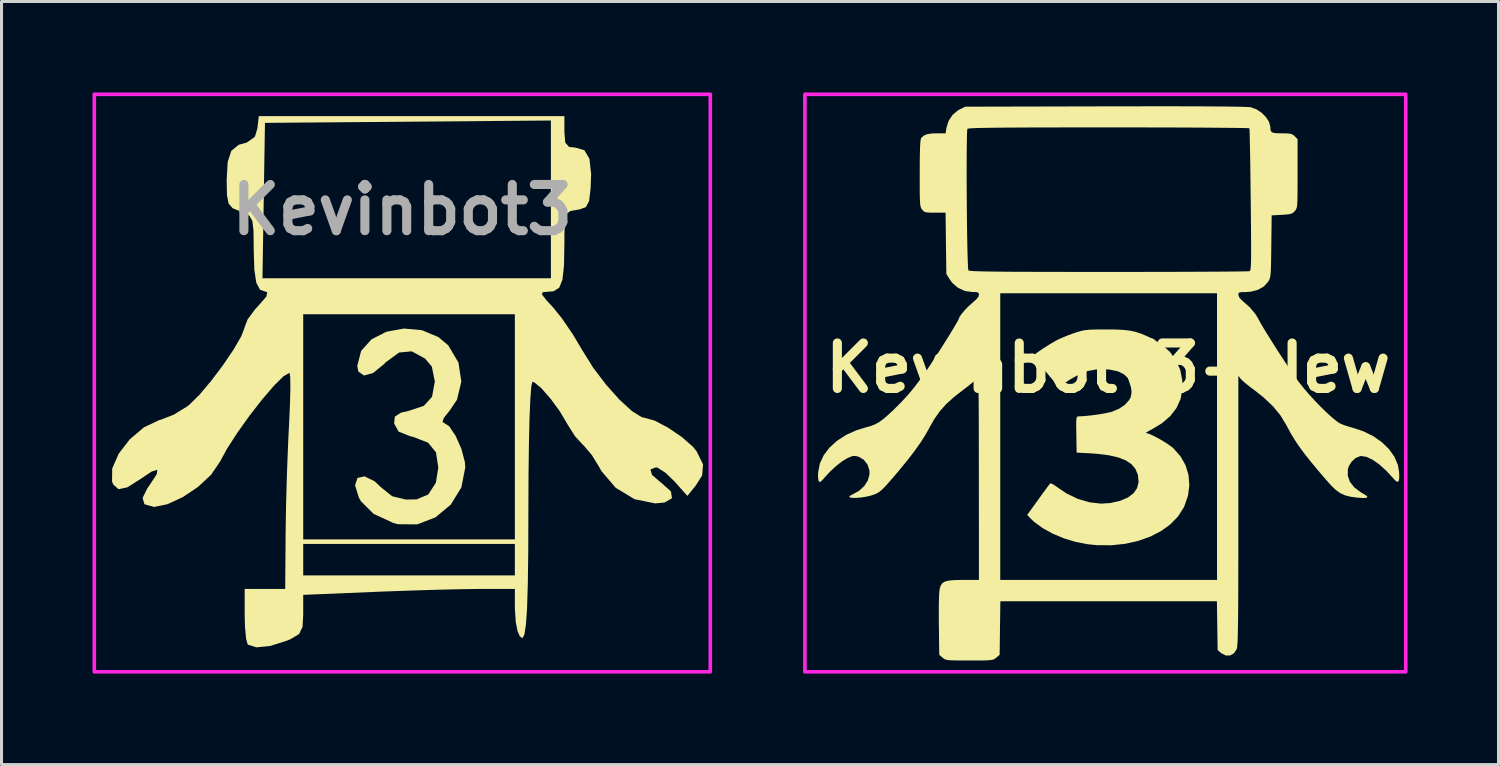
<source format=kicad_pcb>
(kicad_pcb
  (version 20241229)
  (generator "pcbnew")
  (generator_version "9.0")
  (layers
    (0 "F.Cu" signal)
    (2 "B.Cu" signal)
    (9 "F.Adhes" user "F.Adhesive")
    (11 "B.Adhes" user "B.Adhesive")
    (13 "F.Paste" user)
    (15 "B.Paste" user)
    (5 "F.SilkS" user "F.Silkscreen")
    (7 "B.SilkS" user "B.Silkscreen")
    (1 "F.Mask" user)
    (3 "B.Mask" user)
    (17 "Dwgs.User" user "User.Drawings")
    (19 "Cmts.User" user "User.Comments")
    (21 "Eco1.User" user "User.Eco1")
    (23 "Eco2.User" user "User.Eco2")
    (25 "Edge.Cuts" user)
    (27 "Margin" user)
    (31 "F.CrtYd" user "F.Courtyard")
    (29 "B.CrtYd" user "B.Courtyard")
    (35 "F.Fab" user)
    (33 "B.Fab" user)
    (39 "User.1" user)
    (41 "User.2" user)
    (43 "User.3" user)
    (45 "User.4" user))
  (footprint "KevinbotV3-New"
    (layer "F.Cu")
    (at 33.5 9.085)
    (property "Reference" "KevinbotV3-New" (at 0 0 0) (layer "F.SilkS") (effects (font (size 1.5 1.5) (thickness 0.3))))
    (attr board_only exclude_from_pos_files exclude_from_bom)
    (fp_poly (pts (xy 0.239 -1.266) (xy 0.496 -1.254) (xy 0.712 -1.23) (xy 0.903 -1.189) (xy 1.089 -1.129) (xy 1.287 -1.046) (xy 1.438 -0.974) (xy 1.77 -0.773) (xy 2.04 -0.529) (xy 2.245 -0.246) (xy 2.383 0.071) (xy 2.45 0.418) (xy 2.452 0.711) (xy 2.391 1.03) (xy 2.258 1.323) (xy 2.054 1.589) (xy 1.78 1.825) (xy 1.478 2.008) (xy 1.357 2.073) (xy 1.277 2.122) (xy 1.249 2.147) (xy 1.253 2.149) (xy 1.338 2.17) (xy 1.469 2.226) (xy 1.627 2.307) (xy 1.797 2.403) (xy 1.958 2.505) (xy 2.094 2.601) (xy 2.158 2.654) (xy 2.391 2.918) (xy 2.558 3.214) (xy 2.655 3.536) (xy 2.682 3.873) (xy 2.637 4.217) (xy 2.519 4.558) (xy 2.497 4.605) (xy 2.311 4.897) (xy 2.06 5.157) (xy 1.753 5.38) (xy 1.397 5.564) (xy 1 5.706) (xy 0.57 5.803) (xy 0.114 5.851) (xy -0.359 5.848) (xy -0.651 5.82) (xy -1.056 5.744) (xy -1.453 5.624) (xy -1.827 5.468) (xy -2.162 5.282) (xy -2.444 5.074) (xy -2.574 4.95) (xy -2.667 4.85) (xy -2.305 4.349) (xy -2.18 4.176) (xy -2.069 4.024) (xy -1.982 3.906) (xy -1.926 3.832) (xy -1.912 3.814) (xy -1.866 3.816) (xy -1.783 3.86) (xy -1.732 3.897) (xy -1.37 4.142) (xy -0.992 4.323) (xy -0.608 4.435) (xy -0.227 4.478) (xy 0.083 4.457) (xy 0.401 4.384) (xy 0.654 4.277) (xy 0.841 4.136) (xy 0.959 3.964) (xy 1.008 3.763) (xy 0.985 3.534) (xy 0.981 3.518) (xy 0.902 3.331) (xy 0.771 3.176) (xy 0.584 3.051) (xy 0.336 2.953) (xy 0.024 2.882) (xy -0.358 2.835) (xy -0.567 2.82) (xy -1.036 2.794) (xy -1.046 2.198) (xy -1.05 1.97) (xy -1.05 1.809) (xy -1.045 1.702) (xy -1.035 1.64) (xy -1.019 1.61) (xy -0.994 1.601) (xy -0.988 1.601) (xy -0.787 1.59) (xy -0.553 1.567) (xy -0.313 1.535) (xy -0.091 1.497) (xy 0.086 1.458) (xy 0.129 1.446) (xy 0.364 1.347) (xy 0.559 1.215) (xy 0.698 1.059) (xy 0.743 0.976) (xy 0.774 0.831) (xy 0.77 0.657) (xy 0.736 0.488) (xy 0.676 0.359) (xy 0.527 0.213) (xy 0.325 0.114) (xy 0.064 0.058) (xy -0.084 0.046) (xy -0.394 0.052) (xy -0.679 0.106) (xy -0.958 0.215) (xy -1.253 0.384) (xy -1.298 0.414) (xy -1.622 0.631) (xy -1.752 0.482) (xy -1.852 0.365) (xy -1.969 0.225) (xy -2.093 0.074) (xy -2.213 -0.074) (xy -2.32 -0.208) (xy -2.403 -0.316) (xy -2.452 -0.383) (xy -2.462 -0.4) (xy -2.431 -0.434) (xy -2.347 -0.498) (xy -2.227 -0.582) (xy -2.084 -0.677) (xy -1.933 -0.772) (xy -1.79 -0.857) (xy -1.67 -0.924) (xy -1.661 -0.928) (xy -1.508 -0.998) (xy -1.317 -1.075) (xy -1.126 -1.146) (xy -1.094 -1.156) (xy -0.968 -1.196) (xy -0.859 -1.226) (xy -0.751 -1.245) (xy -0.626 -1.258) (xy -0.467 -1.265) (xy -0.259 -1.267) (xy -0.078 -1.268)) (stroke (width 0) (type solid)) (fill yes) (layer "F.SilkS"))
    (fp_poly (pts (xy 2.126 -8.629) (xy 2.714 -8.628) (xy 3.225 -8.626) (xy 3.66 -8.623) (xy 4.02 -8.619) (xy 4.305 -8.615) (xy 4.516 -8.609) (xy 4.652 -8.603) (xy 4.711 -8.596) (xy 4.895 -8.529) (xy 5.067 -8.415) (xy 5.211 -8.27) (xy 5.311 -8.111) (xy 5.353 -7.952) (xy 5.354 -7.937) (xy 5.36 -7.845) (xy 5.388 -7.786) (xy 5.452 -7.754) (xy 5.566 -7.74) (xy 5.731 -7.737) (xy 5.896 -7.735) (xy 6.005 -7.725) (xy 6.076 -7.704) (xy 6.132 -7.665) (xy 6.156 -7.641) (xy 6.252 -7.545) (xy 6.252 -6.413) (xy 6.252 -6.086) (xy 6.251 -5.828) (xy 6.249 -5.63) (xy 6.245 -5.482) (xy 6.238 -5.376) (xy 6.228 -5.303) (xy 6.213 -5.252) (xy 6.194 -5.216) (xy 6.17 -5.184) (xy 6.161 -5.173) (xy 6.109 -5.121) (xy 6.05 -5.087) (xy 5.965 -5.067) (xy 5.833 -5.055) (xy 5.733 -5.049) (xy 5.397 -5.031) (xy 5.385 -4.01) (xy 5.381 -3.701) (xy 5.377 -3.46) (xy 5.372 -3.277) (xy 5.365 -3.141) (xy 5.355 -3.042) (xy 5.341 -2.971) (xy 5.323 -2.917) (xy 5.299 -2.87) (xy 5.279 -2.838) (xy 5.14 -2.685) (xy 4.944 -2.575) (xy 4.707 -2.513) (xy 4.543 -2.501) (xy 4.409 -2.499) (xy 4.336 -2.488) (xy 4.305 -2.462) (xy 4.298 -2.414) (xy 4.298 -2.408) (xy 4.336 -2.309) (xy 4.435 -2.21) (xy 4.678 -1.996) (xy 4.868 -1.766) (xy 4.948 -1.632) (xy 5.027 -1.487) (xy 5.142 -1.291) (xy 5.285 -1.058) (xy 5.447 -0.799) (xy 5.62 -0.528) (xy 5.796 -0.259) (xy 5.966 -0.003) (xy 6.121 0.225) (xy 6.254 0.412) (xy 6.299 0.474) (xy 6.454 0.668) (xy 6.634 0.878) (xy 6.83 1.091) (xy 7.03 1.298) (xy 7.224 1.486) (xy 7.4 1.646) (xy 7.548 1.766) (xy 7.648 1.831) (xy 7.767 1.881) (xy 7.924 1.934) (xy 8.05 1.969) (xy 8.417 2.089) (xy 8.747 2.252) (xy 9.034 2.452) (xy 9.27 2.683) (xy 9.449 2.937) (xy 9.562 3.208) (xy 9.601 3.435) (xy 9.606 3.616) (xy 9.591 3.724) (xy 9.554 3.761) (xy 9.492 3.731) (xy 9.414 3.65) (xy 9.175 3.39) (xy 8.943 3.181) (xy 8.725 3.029) (xy 8.527 2.936) (xy 8.356 2.908) (xy 8.308 2.913) (xy 8.164 2.975) (xy 8.035 3.093) (xy 7.941 3.244) (xy 7.91 3.344) (xy 7.907 3.558) (xy 7.979 3.759) (xy 8.123 3.942) (xy 8.336 4.103) (xy 8.396 4.137) (xy 8.513 4.208) (xy 8.558 4.257) (xy 8.531 4.285) (xy 8.429 4.293) (xy 8.253 4.282) (xy 8.235 4.281) (xy 8.005 4.251) (xy 7.82 4.205) (xy 7.662 4.133) (xy 7.512 4.026) (xy 7.353 3.872) (xy 7.199 3.7) (xy 6.912 3.365) (xy 6.673 3.075) (xy 6.472 2.821) (xy 6.303 2.591) (xy 6.158 2.375) (xy 6.03 2.162) (xy 5.91 1.943) (xy 5.878 1.883) (xy 5.686 1.566) (xy 5.439 1.265) (xy 5.13 0.973) (xy 4.817 0.727) (xy 4.664 0.612) (xy 4.527 0.502) (xy 4.424 0.412) (xy 4.378 0.363) (xy 4.298 0.263) (xy 4.298 4.705) (xy 4.298 5.403) (xy 4.298 6.028) (xy 4.297 6.583) (xy 4.296 7.072) (xy 4.295 7.499) (xy 4.293 7.868) (xy 4.29 8.184) (xy 4.287 8.45) (xy 4.283 8.671) (xy 4.279 8.851) (xy 4.274 8.993) (xy 4.268 9.103) (xy 4.261 9.183) (xy 4.254 9.239) (xy 4.245 9.273) (xy 4.243 9.279) (xy 4.152 9.415) (xy 4.028 9.486) (xy 3.886 9.488) (xy 3.743 9.416) (xy 3.724 9.401) (xy 3.615 9.307) (xy 3.603 8.503) (xy 3.591 7.698) (xy 0.019 7.698) (xy -3.552 7.698) (xy -3.564 8.581) (xy -3.576 9.464) (xy -3.685 9.558) (xy -3.725 9.59) (xy -3.766 9.614) (xy -3.821 9.63) (xy -3.901 9.641) (xy -4.017 9.648) (xy -4.182 9.651) (xy -4.406 9.652) (xy -4.572 9.652) (xy -4.837 9.652) (xy -5.036 9.65) (xy -5.179 9.646) (xy -5.279 9.638) (xy -5.347 9.624) (xy -5.395 9.605) (xy -5.435 9.578) (xy -5.459 9.558) (xy -5.568 9.464) (xy -5.581 8.447) (xy -5.583 8.08) (xy -5.581 7.774) (xy -5.575 7.534) (xy -5.564 7.364) (xy -5.55 7.272) (xy -5.514 7.172) (xy -5.461 7.098) (xy -5.379 7.048) (xy -5.256 7.017) (xy -5.082 7.001) (xy -4.844 6.995) (xy -4.769 6.995) (xy -4.259 6.995) (xy -4.261 3.624) (xy -4.262 3.033) (xy -4.262 2.516) (xy -4.263 2.266) (xy -3.556 2.266) (xy -3.556 6.995) (xy 0.02 6.995) (xy 3.595 6.995) (xy 3.595 2.266) (xy 3.595 -2.462) (xy 0.02 -2.462) (xy -3.556 -2.462) (xy -3.556 2.266) (xy -4.263 2.266) (xy -4.263 2.067) (xy -4.264 1.683) (xy -4.266 1.357) (xy -4.268 1.087) (xy -4.271 0.867) (xy -4.275 0.692) (xy -4.279 0.558) (xy -4.284 0.46) (xy -4.291 0.393) (xy -4.298 0.353) (xy -4.307 0.335) (xy -4.317 0.335) (xy -4.328 0.347) (xy -4.329 0.348) (xy -4.386 0.409) (xy -4.491 0.501) (xy -4.629 0.612) (xy -4.767 0.716) (xy -5.081 0.961) (xy -5.337 1.193) (xy -5.548 1.429) (xy -5.728 1.684) (xy -5.874 1.941) (xy -6.017 2.197) (xy -6.181 2.457) (xy -6.376 2.733) (xy -6.607 3.035) (xy -6.884 3.373) (xy -7.075 3.598) (xy -7.239 3.786) (xy -7.364 3.925) (xy -7.462 4.022) (xy -7.544 4.09) (xy -7.62 4.136) (xy -7.703 4.172) (xy -7.715 4.177) (xy -7.855 4.221) (xy -8.006 4.254) (xy -8.157 4.276) (xy -8.296 4.287) (xy -8.413 4.288) (xy -8.497 4.277) (xy -8.536 4.256) (xy -8.519 4.223) (xy -8.439 4.18) (xy -8.215 4.057) (xy -8.04 3.896) (xy -7.922 3.71) (xy -7.868 3.51) (xy -7.872 3.379) (xy -7.936 3.184) (xy -8.057 3.031) (xy -8.223 2.933) (xy -8.246 2.926) (xy -8.339 2.904) (xy -8.418 2.907) (xy -8.514 2.94) (xy -8.615 2.987) (xy -8.78 3.088) (xy -8.969 3.237) (xy -9.164 3.416) (xy -9.344 3.61) (xy -9.394 3.67) (xy -9.472 3.75) (xy -9.526 3.761) (xy -9.557 3.702) (xy -9.567 3.571) (xy -9.562 3.439) (xy -9.506 3.154) (xy -9.379 2.882) (xy -9.188 2.63) (xy -8.939 2.404) (xy -8.639 2.21) (xy -8.294 2.056) (xy -8.011 1.969) (xy -7.836 1.92) (xy -7.689 1.864) (xy -7.552 1.789) (xy -7.41 1.686) (xy -7.246 1.544) (xy -7.07 1.379) (xy -6.821 1.131) (xy -6.598 0.889) (xy -6.387 0.636) (xy -6.174 0.353) (xy -5.945 0.024) (xy -5.864 -0.097) (xy -5.731 -0.299) (xy -5.59 -0.517) (xy -5.448 -0.74) (xy -5.311 -0.959) (xy -5.185 -1.163) (xy -5.077 -1.341) (xy -4.994 -1.483) (xy -4.94 -1.58) (xy -4.924 -1.619) (xy -4.897 -1.685) (xy -4.826 -1.786) (xy -4.724 -1.906) (xy -4.606 -2.028) (xy -4.487 -2.136) (xy -4.475 -2.146) (xy -4.342 -2.263) (xy -4.273 -2.354) (xy -4.259 -2.409) (xy -4.266 -2.462) (xy -4.299 -2.49) (xy -4.376 -2.5) (xy -4.47 -2.501) (xy -4.721 -2.537) (xy -4.949 -2.641) (xy -5.138 -2.803) (xy -5.216 -2.91) (xy -5.334 -3.1) (xy -5.347 -4.11) (xy -5.359 -5.119) (xy -5.705 -5.119) (xy -5.873 -5.121) (xy -5.981 -5.128) (xy -6.049 -5.146) (xy -6.096 -5.179) (xy -6.132 -5.222) (xy -6.156 -5.255) (xy -6.175 -5.294) (xy -6.189 -5.348) (xy -6.199 -5.426) (xy -6.205 -5.537) (xy -6.21 -5.692) (xy -6.212 -5.898) (xy -6.212 -6.166) (xy -6.212 -6.369) (xy -4.664 -6.369) (xy -4.663 -6.01) (xy -4.661 -5.64) (xy -4.658 -5.268) (xy -4.654 -4.903) (xy -4.65 -4.552) (xy -4.645 -4.225) (xy -4.639 -3.929) (xy -4.632 -3.674) (xy -4.625 -3.467) (xy -4.618 -3.317) (xy -4.61 -3.233) (xy -4.606 -3.217) (xy -4.588 -3.209) (xy -4.545 -3.202) (xy -4.474 -3.195) (xy -4.37 -3.19) (xy -4.231 -3.185) (xy -4.052 -3.181) (xy -3.829 -3.177) (xy -3.558 -3.174) (xy -3.237 -3.171) (xy -2.86 -3.169) (xy -2.424 -3.168) (xy -1.926 -3.167) (xy -1.361 -3.166) (xy -0.725 -3.165) (xy -0.016 -3.165) (xy 0.021 -3.165) (xy 0.614 -3.165) (xy 1.186 -3.166) (xy 1.731 -3.167) (xy 2.246 -3.168) (xy 2.724 -3.17) (xy 3.162 -3.172) (xy 3.553 -3.174) (xy 3.894 -3.176) (xy 4.179 -3.179) (xy 4.404 -3.182) (xy 4.563 -3.185) (xy 4.651 -3.188) (xy 4.668 -3.19) (xy 4.681 -3.2) (xy 4.692 -3.223) (xy 4.701 -3.266) (xy 4.708 -3.333) (xy 4.714 -3.431) (xy 4.717 -3.566) (xy 4.719 -3.743) (xy 4.719 -3.968) (xy 4.718 -4.247) (xy 4.716 -4.586) (xy 4.712 -4.991) (xy 4.707 -5.467) (xy 4.706 -5.544) (xy 4.701 -5.964) (xy 4.696 -6.36) (xy 4.691 -6.726) (xy 4.686 -7.055) (xy 4.68 -7.341) (xy 4.675 -7.575) (xy 4.671 -7.751) (xy 4.667 -7.863) (xy 4.663 -7.903) (xy 4.623 -7.907) (xy 4.509 -7.911) (xy 4.326 -7.914) (xy 4.08 -7.917) (xy 3.775 -7.92) (xy 3.417 -7.923) (xy 3.009 -7.926) (xy 2.556 -7.928) (xy 2.064 -7.93) (xy 1.538 -7.931) (xy 0.982 -7.932) (xy 0.4 -7.933) (xy 0.02 -7.933) (xy -0.707 -7.932) (xy -1.358 -7.932) (xy -1.938 -7.931) (xy -2.451 -7.93) (xy -2.9 -7.928) (xy -3.288 -7.926) (xy -3.619 -7.923) (xy -3.896 -7.92) (xy -4.124 -7.916) (xy -4.305 -7.912) (xy -4.443 -7.906) (xy -4.542 -7.901) (xy -4.604 -7.894) (xy -4.634 -7.887) (xy -4.638 -7.884) (xy -4.646 -7.834) (xy -4.652 -7.714) (xy -4.656 -7.533) (xy -4.66 -7.3) (xy -4.662 -7.023) (xy -4.663 -6.71) (xy -4.664 -6.369) (xy -6.212 -6.369) (xy -6.212 -6.424) (xy -6.211 -6.778) (xy -6.207 -7.061) (xy -6.201 -7.276) (xy -6.192 -7.431) (xy -6.18 -7.531) (xy -6.165 -7.581) (xy -6.163 -7.584) (xy -6.078 -7.663) (xy -5.959 -7.711) (xy -5.789 -7.734) (xy -5.652 -7.737) (xy -5.358 -7.737) (xy -5.332 -7.912) (xy -5.262 -8.143) (xy -5.131 -8.343) (xy -4.953 -8.493) (xy -4.899 -8.523) (xy -4.709 -8.616) (xy -0.098 -8.627) (xy 0.721 -8.628) (xy 1.462 -8.629)) (stroke (width 0) (type solid)) (fill yes) (layer "F.SilkS"))
    (fp_rect (start -10 -9.025) (end 9.82 10.025) (stroke (width 0.12) (type default)) (fill no) (layer "F.CrtYd")))
  (footprint "Kevinbot3"
    (layer "F.Cu")
    (at 10.22 8.95)
    (property "Reference" "Kevinbot3" (at 0 -5.08 0) (layer "F.Fab") (effects (font (size 1.524 1.524) (thickness 0.3))))
    (attr board_only exclude_from_pos_files exclude_from_bom)
    (fp_poly (pts (xy 0.649 -1.108) (xy 1.196 -0.879) (xy 1.518 -0.606) (xy 1.853 -0.04) (xy 1.948 0.587) (xy 1.803 1.189) (xy 1.567 1.538) (xy 1.366 1.791) (xy 1.326 1.925) (xy 1.346 1.931) (xy 1.546 2.06) (xy 1.764 2.385) (xy 1.952 2.812) (xy 2.065 3.245) (xy 2.078 3.416) (xy 1.949 4.078) (xy 1.601 4.643) (xy 1.096 5.065) (xy 0.493 5.297) (xy -0.146 5.292) (xy -0.297 5.251) (xy -0.949 4.948) (xy -1.362 4.537) (xy -1.43 4.42) (xy -1.558 4.01) (xy -1.478 3.766) (xy -1.245 3.713) (xy -0.913 3.876) (xy -0.698 4.077) (xy -0.336 4.368) (xy 0.115 4.478) (xy 0.472 4.473) (xy 0.856 4.312) (xy 1.107 3.925) (xy 1.188 3.424) (xy 1.112 2.922) (xy 0.85 2.602) (xy 0.355 2.41) (xy 0.259 2.389) (xy -0.123 2.237) (xy -0.269 1.971) (xy -0.246 1.742) (xy -0.043 1.612) (xy 0.208 1.553) (xy 0.711 1.387) (xy 0.981 1.089) (xy 1.072 0.595) (xy 1.073 0.58) (xy 0.974 0.091) (xy 0.75 -0.173) (xy 0.311 -0.411) (xy -0.108 -0.371) (xy -0.547 -0.049) (xy -0.609 0.016) (xy -0.966 0.306) (xy -1.265 0.387) (xy -1.451 0.253) (xy -1.485 0.069) (xy -1.357 -0.427) (xy -1.014 -0.808) (xy -0.522 -1.058) (xy 0.054 -1.163)) (stroke (width 0) (type solid)) (fill yes) (layer "F.SilkS"))
    (fp_poly (pts (xy 5.347 -7.65) (xy 5.375 -7.298) (xy 5.5 -7.154) (xy 5.716 -7.13) (xy 6.006 -7.044) (xy 6.173 -6.764) (xy 6.229 -6.256) (xy 6.211 -5.781) (xy 6.162 -5.369) (xy 6.056 -5.167) (xy 5.835 -5.088) (xy 5.756 -5.078) (xy 5.546 -5.041) (xy 5.425 -4.949) (xy 5.367 -4.734) (xy 5.349 -4.331) (xy 5.347 -3.939) (xy 5.334 -3.231) (xy 5.282 -2.771) (xy 5.176 -2.509) (xy 4.998 -2.395) (xy 4.826 -2.377) (xy 4.632 -2.363) (xy 4.606 -2.286) (xy 4.763 -2.087) (xy 4.954 -1.884) (xy 5.27 -1.493) (xy 5.635 -0.957) (xy 5.942 -0.44) (xy 6.296 0.128) (xy 6.721 0.688) (xy 7.165 1.184) (xy 7.576 1.561) (xy 7.903 1.763) (xy 7.997 1.782) (xy 8.326 1.875) (xy 8.768 2.108) (xy 9.222 2.417) (xy 9.587 2.736) (xy 9.708 2.885) (xy 9.92 3.319) (xy 9.891 3.684) (xy 9.678 4.019) (xy 9.404 4.357) (xy 8.985 3.887) (xy 8.68 3.593) (xy 8.425 3.429) (xy 8.368 3.416) (xy 8.184 3.486) (xy 8.239 3.665) (xy 8.517 3.907) (xy 8.541 3.923) (xy 8.861 4.209) (xy 8.895 4.436) (xy 8.652 4.576) (xy 8.34 4.605) (xy 7.662 4.467) (xy 7.041 4.092) (xy 6.567 3.537) (xy 6.5 3.415) (xy 6.254 3.012) (xy 5.991 2.703) (xy 5.959 2.675) (xy 5.694 2.384) (xy 5.447 1.993) (xy 5.443 1.986) (xy 5.198 1.571) (xy 4.893 1.154) (xy 4.592 0.81) (xy 4.356 0.614) (xy 4.294 0.594) (xy 4.257 0.737) (xy 4.225 1.147) (xy 4.197 1.791) (xy 4.177 2.639) (xy 4.164 3.659) (xy 4.159 4.821) (xy 4.159 4.827) (xy 4.155 6.172) (xy 4.141 7.237) (xy 4.117 8.04) (xy 4.079 8.599) (xy 4.028 8.931) (xy 3.961 9.055) (xy 3.877 8.986) (xy 3.804 8.826) (xy 3.744 8.528) (xy 3.714 8.095) (xy 3.713 8.009) (xy 3.713 7.427) (xy 2.562 7.427) (xy 1.992 7.434) (xy 1.215 7.452) (xy 0.318 7.479) (xy -0.609 7.512) (xy -0.928 7.525) (xy -3.268 7.622) (xy -3.268 8.265) (xy -3.29 8.68) (xy -3.403 8.913) (xy -3.679 9.079) (xy -3.806 9.133) (xy -4.353 9.307) (xy -4.811 9.353) (xy -5.096 9.263) (xy -5.1 9.259) (xy -5.153 9.067) (xy -5.189 8.674) (xy -5.199 8.293) (xy -5.199 7.427) (xy -3.862 7.427) (xy -3.859 6.981) (xy -3.268 6.981) (xy 3.713 6.981) (xy 3.713 5.942) (xy -3.268 5.942) (xy -3.268 6.981) (xy -3.859 6.981) (xy -3.85 5.793) (xy -3.268 5.793) (xy 3.713 5.793) (xy 3.713 -1.634) (xy -3.268 -1.634) (xy -3.268 5.793) (xy -3.85 5.793) (xy -3.849 5.607) (xy -3.834 4.662) (xy -3.804 3.599) (xy -3.764 2.576) (xy -3.737 2.042) (xy -3.706 1.363) (xy -3.692 0.807) (xy -3.697 0.432) (xy -3.721 0.297) (xy -3.92 0.413) (xy -4.235 0.725) (xy -4.622 1.176) (xy -5.039 1.711) (xy -5.441 2.275) (xy -5.787 2.812) (xy -6.015 3.231) (xy -6.309 3.662) (xy -6.74 4.063) (xy -7.24 4.398) (xy -7.743 4.631) (xy -8.182 4.723) (xy -8.491 4.638) (xy -8.51 4.621) (xy -8.566 4.424) (xy -8.412 4.11) (xy -8.334 4) (xy -8.101 3.644) (xy -8.08 3.496) (xy -8.27 3.556) (xy -8.618 3.789) (xy -9.066 4.074) (xy -9.359 4.137) (xy -9.535 3.982) (xy -9.574 3.882) (xy -9.569 3.454) (xy -9.355 2.966) (xy -8.988 2.49) (xy -8.524 2.097) (xy -8.022 1.859) (xy -7.963 1.844) (xy -7.542 1.68) (xy -7.095 1.405) (xy -7.021 1.347) (xy -6.691 1.022) (xy -6.306 0.566) (xy -5.916 0.048) (xy -5.569 -0.464) (xy -5.315 -0.9) (xy -5.202 -1.191) (xy -5.2 -1.214) (xy -5.1 -1.468) (xy -4.851 -1.803) (xy -4.742 -1.92) (xy -4.483 -2.219) (xy -4.454 -2.365) (xy -4.503 -2.377) (xy -4.693 -2.442) (xy -4.814 -2.669) (xy -4.838 -2.822) (xy -4.612 -2.822) (xy 4.902 -2.822) (xy 4.902 -8.025) (xy -4.53 -7.947) (xy -4.571 -5.385) (xy -4.612 -2.822) (xy -4.838 -2.822) (xy -4.88 -3.099) (xy -4.902 -3.777) (xy -4.902 -3.86) (xy -4.908 -4.397) (xy -4.946 -4.713) (xy -5.045 -4.885) (xy -5.234 -4.987) (xy -5.347 -5.028) (xy -5.596 -5.133) (xy -5.729 -5.282) (xy -5.783 -5.559) (xy -5.793 -6.047) (xy -5.793 -6.064) (xy -5.76 -6.659) (xy -5.64 -7.024) (xy -5.397 -7.224) (xy -5.125 -7.301) (xy -4.863 -7.486) (xy -4.78 -7.762) (xy -4.733 -8.17) (xy 5.347 -8.17)) (stroke (width 0) (type solid)) (fill yes) (layer "F.SilkS"))
    (fp_rect (start -10.16 -8.89) (end 10.16 10.16) (stroke (width 0.12) (type default)) (fill no) (layer "F.CrtYd")))
  (gr_rect
    (start -3 -3)
    (end 46.38 22.17)
    (stroke (width 0.1) (type default))
    (fill no)
    (layer "Edge.Cuts")))
</source>
